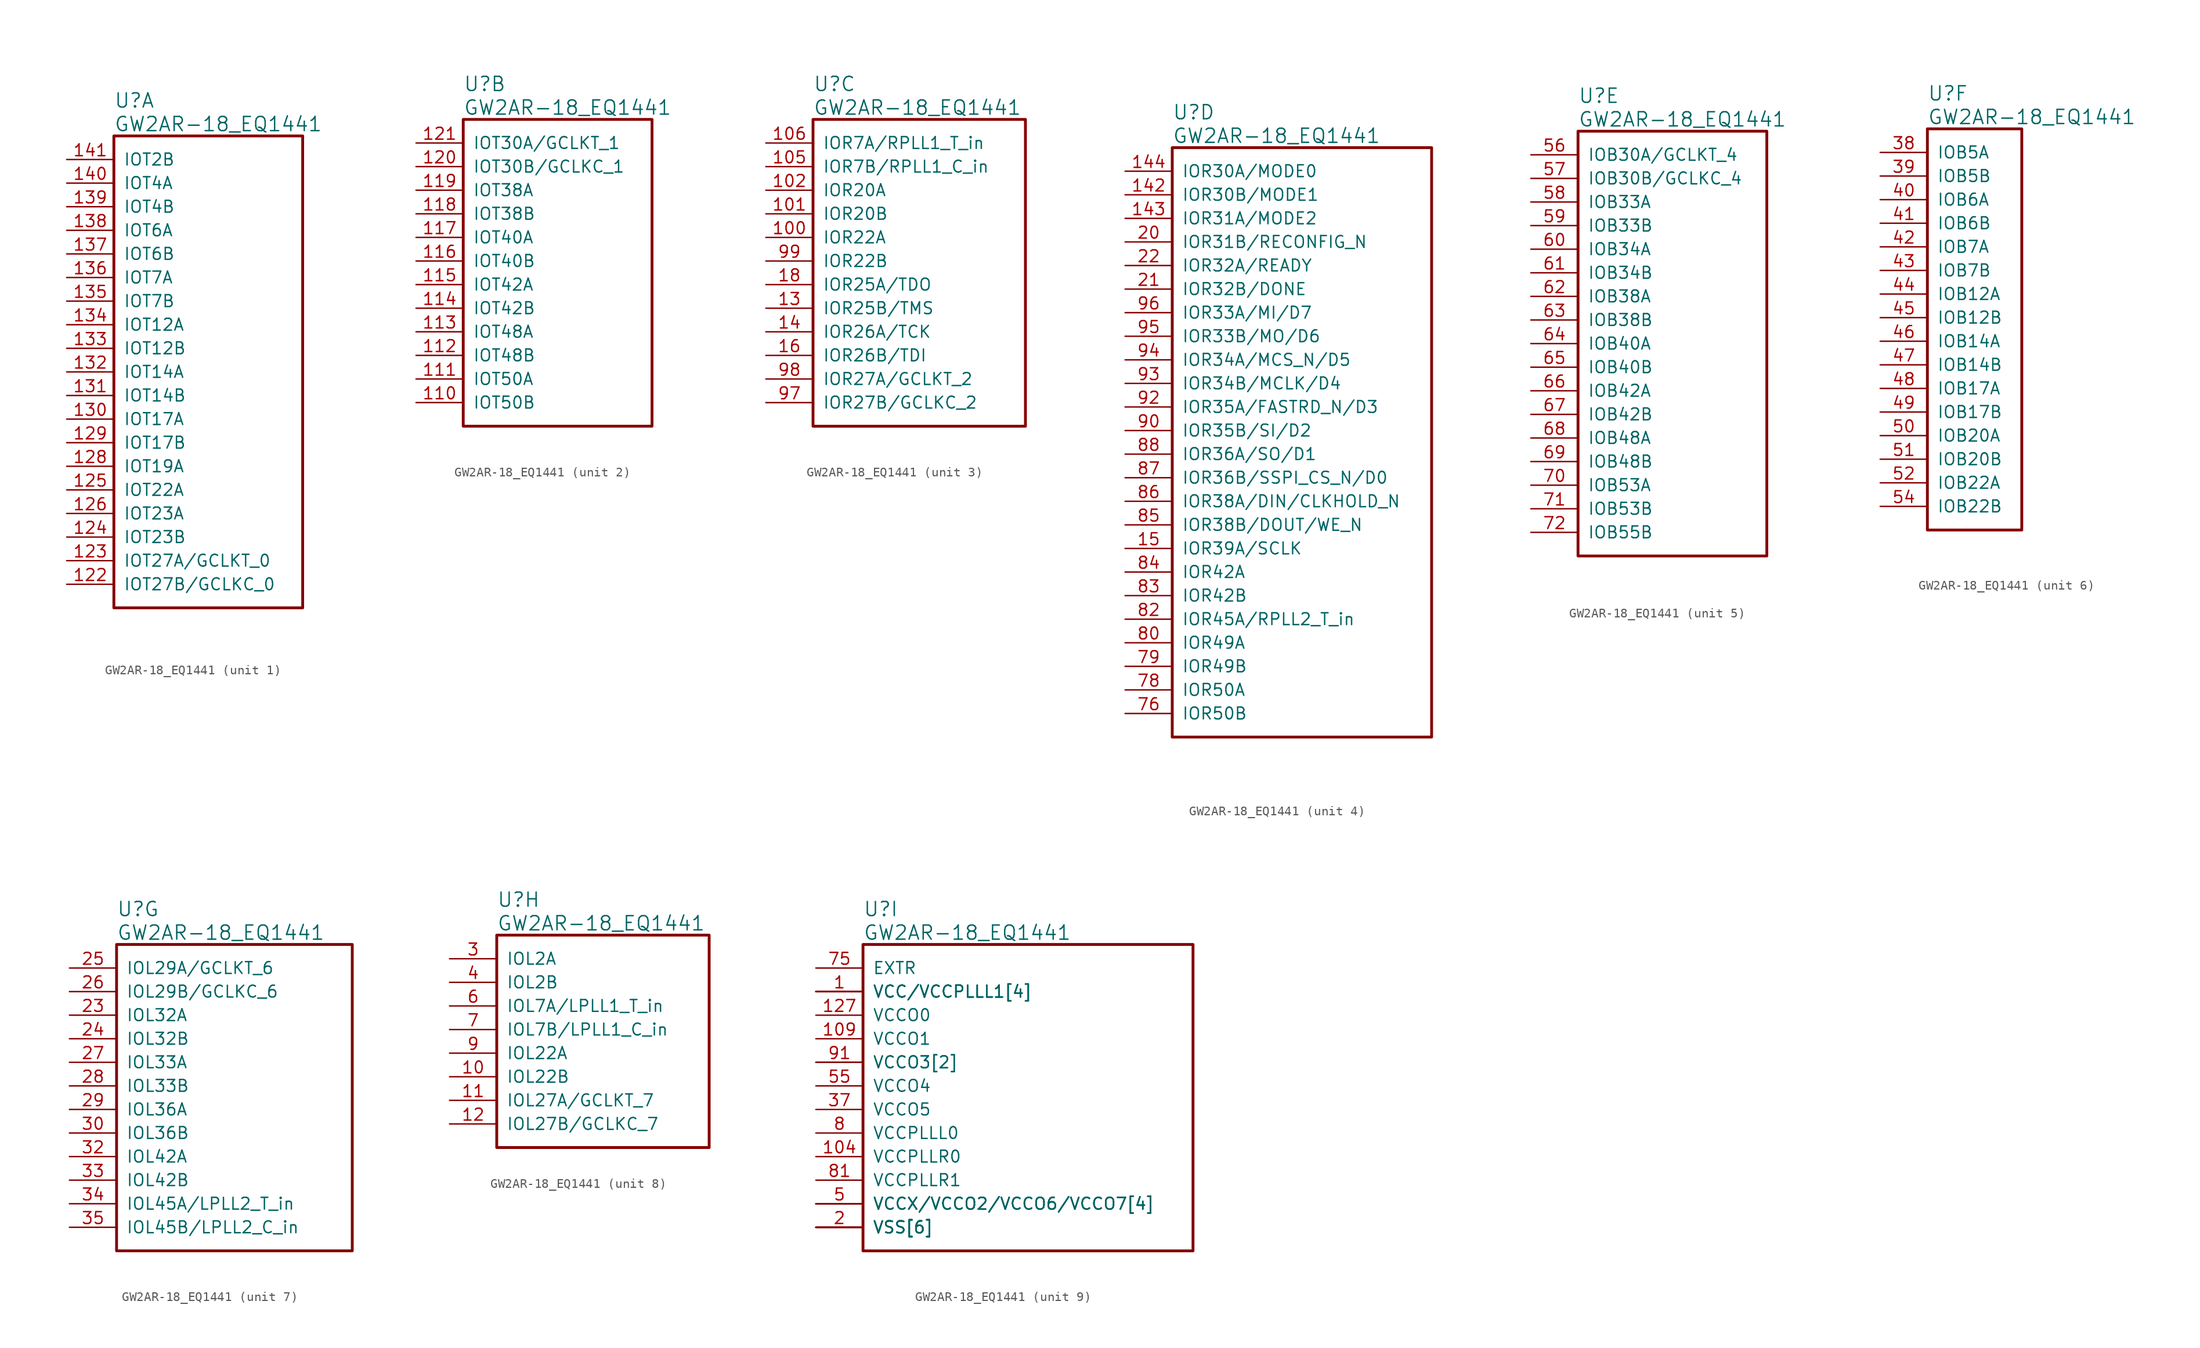
<source format=kicad_sym>
(kicad_symbol_lib
  (version 20241209)
  (generator "kicad_symbol_editor")
  (generator_version "9.0")
  (symbol "GW2AR-18_EQ1441"
    (pin_names
      (offset 1.016))
    (property "Reference" "U"
      (at 5.08 6.35 0)
      (effects (font (size 1.524 1.524)) (justify left)))
    (property "Value" "GW2AR-18_EQ1441"
      (at 5.08 3.81 0)
      (effects (font (size 1.524 1.524)) (justify left)))
    (property "ki_locked" ""
      (at 0 0 0)
      (effects (font (size 1.27 1.27))))
    (symbol "GW2AR-18_EQ1441_1_1"
      (rectangle (start 5.08 2.54) (end 25.4 -48.26) (stroke (width 0.305) (type solid)) (fill (type none)))
      (pin bidirectional line (at 0 0 0) (length 5.08) (name "IOT2B" (effects (font (size 1.27 1.27)))) (number "141" (effects (font (size 1.27 1.27)))))
      (pin bidirectional line (at 0 -2.54 0) (length 5.08) (name "IOT4A" (effects (font (size 1.27 1.27)))) (number "140" (effects (font (size 1.27 1.27)))))
      (pin bidirectional line (at 0 -5.08 0) (length 5.08) (name "IOT4B" (effects (font (size 1.27 1.27)))) (number "139" (effects (font (size 1.27 1.27)))))
      (pin bidirectional line (at 0 -7.62 0) (length 5.08) (name "IOT6A" (effects (font (size 1.27 1.27)))) (number "138" (effects (font (size 1.27 1.27)))))
      (pin bidirectional line (at 0 -10.16 0) (length 5.08) (name "IOT6B" (effects (font (size 1.27 1.27)))) (number "137" (effects (font (size 1.27 1.27)))))
      (pin bidirectional line (at 0 -12.7 0) (length 5.08) (name "IOT7A" (effects (font (size 1.27 1.27)))) (number "136" (effects (font (size 1.27 1.27)))))
      (pin bidirectional line (at 0 -15.24 0) (length 5.08) (name "IOT7B" (effects (font (size 1.27 1.27)))) (number "135" (effects (font (size 1.27 1.27)))))
      (pin bidirectional line (at 0 -17.78 0) (length 5.08) (name "IOT12A" (effects (font (size 1.27 1.27)))) (number "134" (effects (font (size 1.27 1.27)))))
      (pin bidirectional line (at 0 -20.32 0) (length 5.08) (name "IOT12B" (effects (font (size 1.27 1.27)))) (number "133" (effects (font (size 1.27 1.27)))))
      (pin bidirectional line (at 0 -22.86 0) (length 5.08) (name "IOT14A" (effects (font (size 1.27 1.27)))) (number "132" (effects (font (size 1.27 1.27)))))
      (pin bidirectional line (at 0 -25.4 0) (length 5.08) (name "IOT14B" (effects (font (size 1.27 1.27)))) (number "131" (effects (font (size 1.27 1.27)))))
      (pin bidirectional line (at 0 -27.94 0) (length 5.08) (name "IOT17A" (effects (font (size 1.27 1.27)))) (number "130" (effects (font (size 1.27 1.27)))))
      (pin bidirectional line (at 0 -30.48 0) (length 5.08) (name "IOT17B" (effects (font (size 1.27 1.27)))) (number "129" (effects (font (size 1.27 1.27)))))
      (pin bidirectional line (at 0 -33.02 0) (length 5.08) (name "IOT19A" (effects (font (size 1.27 1.27)))) (number "128" (effects (font (size 1.27 1.27)))))
      (pin bidirectional line (at 0 -35.56 0) (length 5.08) (name "IOT22A" (effects (font (size 1.27 1.27)))) (number "125" (effects (font (size 1.27 1.27)))))
      (pin bidirectional line (at 0 -38.1 0) (length 5.08) (name "IOT23A" (effects (font (size 1.27 1.27)))) (number "126" (effects (font (size 1.27 1.27)))))
      (pin bidirectional line (at 0 -40.64 0) (length 5.08) (name "IOT23B" (effects (font (size 1.27 1.27)))) (number "124" (effects (font (size 1.27 1.27)))))
      (pin bidirectional line (at 0 -43.18 0) (length 5.08) (name "IOT27A/GCLKT_0" (effects (font (size 1.27 1.27)))) (number "123" (effects (font (size 1.27 1.27)))))
      (pin bidirectional line (at 0 -45.72 0) (length 5.08) (name "IOT27B/GCLKC_0" (effects (font (size 1.27 1.27)))) (number "122" (effects (font (size 1.27 1.27))))))
    (symbol "GW2AR-18_EQ1441_2_1"
      (rectangle (start 5.08 2.54) (end 25.4 -30.48) (stroke (width 0.305) (type solid)) (fill (type none)))
      (pin bidirectional line (at 0 0 0) (length 5.08) (name "IOT30A/GCLKT_1" (effects (font (size 1.27 1.27)))) (number "121" (effects (font (size 1.27 1.27)))))
      (pin bidirectional line (at 0 -2.54 0) (length 5.08) (name "IOT30B/GCLKC_1" (effects (font (size 1.27 1.27)))) (number "120" (effects (font (size 1.27 1.27)))))
      (pin bidirectional line (at 0 -5.08 0) (length 5.08) (name "IOT38A" (effects (font (size 1.27 1.27)))) (number "119" (effects (font (size 1.27 1.27)))))
      (pin bidirectional line (at 0 -7.62 0) (length 5.08) (name "IOT38B" (effects (font (size 1.27 1.27)))) (number "118" (effects (font (size 1.27 1.27)))))
      (pin bidirectional line (at 0 -10.16 0) (length 5.08) (name "IOT40A" (effects (font (size 1.27 1.27)))) (number "117" (effects (font (size 1.27 1.27)))))
      (pin bidirectional line (at 0 -12.7 0) (length 5.08) (name "IOT40B" (effects (font (size 1.27 1.27)))) (number "116" (effects (font (size 1.27 1.27)))))
      (pin bidirectional line (at 0 -15.24 0) (length 5.08) (name "IOT42A" (effects (font (size 1.27 1.27)))) (number "115" (effects (font (size 1.27 1.27)))))
      (pin bidirectional line (at 0 -17.78 0) (length 5.08) (name "IOT42B" (effects (font (size 1.27 1.27)))) (number "114" (effects (font (size 1.27 1.27)))))
      (pin bidirectional line (at 0 -20.32 0) (length 5.08) (name "IOT48A" (effects (font (size 1.27 1.27)))) (number "113" (effects (font (size 1.27 1.27)))))
      (pin bidirectional line (at 0 -22.86 0) (length 5.08) (name "IOT48B" (effects (font (size 1.27 1.27)))) (number "112" (effects (font (size 1.27 1.27)))))
      (pin bidirectional line (at 0 -25.4 0) (length 5.08) (name "IOT50A" (effects (font (size 1.27 1.27)))) (number "111" (effects (font (size 1.27 1.27)))))
      (pin bidirectional line (at 0 -27.94 0) (length 5.08) (name "IOT50B" (effects (font (size 1.27 1.27)))) (number "110" (effects (font (size 1.27 1.27))))))
    (symbol "GW2AR-18_EQ1441_3_1"
      (rectangle (start 5.08 2.54) (end 27.94 -30.48) (stroke (width 0.305) (type solid)) (fill (type none)))
      (pin bidirectional line (at 0 0 0) (length 5.08) (name "IOR7A/RPLL1_T_in" (effects (font (size 1.27 1.27)))) (number "106" (effects (font (size 1.27 1.27)))))
      (pin bidirectional line (at 0 -2.54 0) (length 5.08) (name "IOR7B/RPLL1_C_in" (effects (font (size 1.27 1.27)))) (number "105" (effects (font (size 1.27 1.27)))))
      (pin bidirectional line (at 0 -5.08 0) (length 5.08) (name "IOR20A" (effects (font (size 1.27 1.27)))) (number "102" (effects (font (size 1.27 1.27)))))
      (pin bidirectional line (at 0 -7.62 0) (length 5.08) (name "IOR20B" (effects (font (size 1.27 1.27)))) (number "101" (effects (font (size 1.27 1.27)))))
      (pin bidirectional line (at 0 -10.16 0) (length 5.08) (name "IOR22A" (effects (font (size 1.27 1.27)))) (number "100" (effects (font (size 1.27 1.27)))))
      (pin bidirectional line (at 0 -12.7 0) (length 5.08) (name "IOR22B" (effects (font (size 1.27 1.27)))) (number "99" (effects (font (size 1.27 1.27)))))
      (pin bidirectional line (at 0 -15.24 0) (length 5.08) (name "IOR25A/TDO" (effects (font (size 1.27 1.27)))) (number "18" (effects (font (size 1.27 1.27)))))
      (pin bidirectional line (at 0 -17.78 0) (length 5.08) (name "IOR25B/TMS" (effects (font (size 1.27 1.27)))) (number "13" (effects (font (size 1.27 1.27)))))
      (pin bidirectional line (at 0 -20.32 0) (length 5.08) (name "IOR26A/TCK" (effects (font (size 1.27 1.27)))) (number "14" (effects (font (size 1.27 1.27)))))
      (pin bidirectional line (at 0 -22.86 0) (length 5.08) (name "IOR26B/TDI" (effects (font (size 1.27 1.27)))) (number "16" (effects (font (size 1.27 1.27)))))
      (pin bidirectional line (at 0 -25.4 0) (length 5.08) (name "IOR27A/GCLKT_2" (effects (font (size 1.27 1.27)))) (number "98" (effects (font (size 1.27 1.27)))))
      (pin bidirectional line (at 0 -27.94 0) (length 5.08) (name "IOR27B/GCLKC_2" (effects (font (size 1.27 1.27)))) (number "97" (effects (font (size 1.27 1.27))))))
    (symbol "GW2AR-18_EQ1441_4_1"
      (rectangle (start 5.08 2.54) (end 33.02 -60.96) (stroke (width 0.305) (type solid)) (fill (type none)))
      (pin bidirectional line (at 0 0 0) (length 5.08) (name "IOR30A/MODE0" (effects (font (size 1.27 1.27)))) (number "144" (effects (font (size 1.27 1.27)))))
      (pin bidirectional line (at 0 -2.54 0) (length 5.08) (name "IOR30B/MODE1" (effects (font (size 1.27 1.27)))) (number "142" (effects (font (size 1.27 1.27)))))
      (pin bidirectional line (at 0 -5.08 0) (length 5.08) (name "IOR31A/MODE2" (effects (font (size 1.27 1.27)))) (number "143" (effects (font (size 1.27 1.27)))))
      (pin bidirectional line (at 0 -7.62 0) (length 5.08) (name "IOR31B/RECONFIG_N" (effects (font (size 1.27 1.27)))) (number "20" (effects (font (size 1.27 1.27)))))
      (pin bidirectional line (at 0 -10.16 0) (length 5.08) (name "IOR32A/READY" (effects (font (size 1.27 1.27)))) (number "22" (effects (font (size 1.27 1.27)))))
      (pin bidirectional line (at 0 -12.7 0) (length 5.08) (name "IOR32B/DONE" (effects (font (size 1.27 1.27)))) (number "21" (effects (font (size 1.27 1.27)))))
      (pin bidirectional line (at 0 -15.24 0) (length 5.08) (name "IOR33A/MI/D7" (effects (font (size 1.27 1.27)))) (number "96" (effects (font (size 1.27 1.27)))))
      (pin bidirectional line (at 0 -17.78 0) (length 5.08) (name "IOR33B/MO/D6" (effects (font (size 1.27 1.27)))) (number "95" (effects (font (size 1.27 1.27)))))
      (pin bidirectional line (at 0 -20.32 0) (length 5.08) (name "IOR34A/MCS_N/D5" (effects (font (size 1.27 1.27)))) (number "94" (effects (font (size 1.27 1.27)))))
      (pin bidirectional line (at 0 -22.86 0) (length 5.08) (name "IOR34B/MCLK/D4" (effects (font (size 1.27 1.27)))) (number "93" (effects (font (size 1.27 1.27)))))
      (pin bidirectional line (at 0 -25.4 0) (length 5.08) (name "IOR35A/FASTRD_N/D3" (effects (font (size 1.27 1.27)))) (number "92" (effects (font (size 1.27 1.27)))))
      (pin bidirectional line (at 0 -27.94 0) (length 5.08) (name "IOR35B/SI/D2" (effects (font (size 1.27 1.27)))) (number "90" (effects (font (size 1.27 1.27)))))
      (pin bidirectional line (at 0 -30.48 0) (length 5.08) (name "IOR36A/SO/D1" (effects (font (size 1.27 1.27)))) (number "88" (effects (font (size 1.27 1.27)))))
      (pin bidirectional line (at 0 -33.02 0) (length 5.08) (name "IOR36B/SSPI_CS_N/D0" (effects (font (size 1.27 1.27)))) (number "87" (effects (font (size 1.27 1.27)))))
      (pin bidirectional line (at 0 -35.56 0) (length 5.08) (name "IOR38A/DIN/CLKHOLD_N" (effects (font (size 1.27 1.27)))) (number "86" (effects (font (size 1.27 1.27)))))
      (pin bidirectional line (at 0 -38.1 0) (length 5.08) (name "IOR38B/DOUT/WE_N" (effects (font (size 1.27 1.27)))) (number "85" (effects (font (size 1.27 1.27)))))
      (pin bidirectional line (at 0 -40.64 0) (length 5.08) (name "IOR39A/SCLK" (effects (font (size 1.27 1.27)))) (number "15" (effects (font (size 1.27 1.27)))))
      (pin bidirectional line (at 0 -43.18 0) (length 5.08) (name "IOR42A" (effects (font (size 1.27 1.27)))) (number "84" (effects (font (size 1.27 1.27)))))
      (pin bidirectional line (at 0 -45.72 0) (length 5.08) (name "IOR42B" (effects (font (size 1.27 1.27)))) (number "83" (effects (font (size 1.27 1.27)))))
      (pin bidirectional line (at 0 -48.26 0) (length 5.08) (name "IOR45A/RPLL2_T_in" (effects (font (size 1.27 1.27)))) (number "82" (effects (font (size 1.27 1.27)))))
      (pin bidirectional line (at 0 -50.8 0) (length 5.08) (name "IOR49A" (effects (font (size 1.27 1.27)))) (number "80" (effects (font (size 1.27 1.27)))))
      (pin bidirectional line (at 0 -53.34 0) (length 5.08) (name "IOR49B" (effects (font (size 1.27 1.27)))) (number "79" (effects (font (size 1.27 1.27)))))
      (pin bidirectional line (at 0 -55.88 0) (length 5.08) (name "IOR50A" (effects (font (size 1.27 1.27)))) (number "78" (effects (font (size 1.27 1.27)))))
      (pin bidirectional line (at 0 -58.42 0) (length 5.08) (name "IOR50B" (effects (font (size 1.27 1.27)))) (number "76" (effects (font (size 1.27 1.27))))))
    (symbol "GW2AR-18_EQ1441_5_1"
      (rectangle (start 5.08 2.54) (end 25.4 -43.18) (stroke (width 0.305) (type solid)) (fill (type none)))
      (pin bidirectional line (at 0 0 0) (length 5.08) (name "IOB30A/GCLKT_4" (effects (font (size 1.27 1.27)))) (number "56" (effects (font (size 1.27 1.27)))))
      (pin bidirectional line (at 0 -2.54 0) (length 5.08) (name "IOB30B/GCLKC_4" (effects (font (size 1.27 1.27)))) (number "57" (effects (font (size 1.27 1.27)))))
      (pin bidirectional line (at 0 -5.08 0) (length 5.08) (name "IOB33A" (effects (font (size 1.27 1.27)))) (number "58" (effects (font (size 1.27 1.27)))))
      (pin bidirectional line (at 0 -7.62 0) (length 5.08) (name "IOB33B" (effects (font (size 1.27 1.27)))) (number "59" (effects (font (size 1.27 1.27)))))
      (pin bidirectional line (at 0 -10.16 0) (length 5.08) (name "IOB34A" (effects (font (size 1.27 1.27)))) (number "60" (effects (font (size 1.27 1.27)))))
      (pin bidirectional line (at 0 -12.7 0) (length 5.08) (name "IOB34B" (effects (font (size 1.27 1.27)))) (number "61" (effects (font (size 1.27 1.27)))))
      (pin bidirectional line (at 0 -15.24 0) (length 5.08) (name "IOB38A" (effects (font (size 1.27 1.27)))) (number "62" (effects (font (size 1.27 1.27)))))
      (pin bidirectional line (at 0 -17.78 0) (length 5.08) (name "IOB38B" (effects (font (size 1.27 1.27)))) (number "63" (effects (font (size 1.27 1.27)))))
      (pin bidirectional line (at 0 -20.32 0) (length 5.08) (name "IOB40A" (effects (font (size 1.27 1.27)))) (number "64" (effects (font (size 1.27 1.27)))))
      (pin bidirectional line (at 0 -22.86 0) (length 5.08) (name "IOB40B" (effects (font (size 1.27 1.27)))) (number "65" (effects (font (size 1.27 1.27)))))
      (pin bidirectional line (at 0 -25.4 0) (length 5.08) (name "IOB42A" (effects (font (size 1.27 1.27)))) (number "66" (effects (font (size 1.27 1.27)))))
      (pin bidirectional line (at 0 -27.94 0) (length 5.08) (name "IOB42B" (effects (font (size 1.27 1.27)))) (number "67" (effects (font (size 1.27 1.27)))))
      (pin bidirectional line (at 0 -30.48 0) (length 5.08) (name "IOB48A" (effects (font (size 1.27 1.27)))) (number "68" (effects (font (size 1.27 1.27)))))
      (pin bidirectional line (at 0 -33.02 0) (length 5.08) (name "IOB48B" (effects (font (size 1.27 1.27)))) (number "69" (effects (font (size 1.27 1.27)))))
      (pin bidirectional line (at 0 -35.56 0) (length 5.08) (name "IOB53A" (effects (font (size 1.27 1.27)))) (number "70" (effects (font (size 1.27 1.27)))))
      (pin bidirectional line (at 0 -38.1 0) (length 5.08) (name "IOB53B" (effects (font (size 1.27 1.27)))) (number "71" (effects (font (size 1.27 1.27)))))
      (pin bidirectional line (at 0 -40.64 0) (length 5.08) (name "IOB55B" (effects (font (size 1.27 1.27)))) (number "72" (effects (font (size 1.27 1.27))))))
    (symbol "GW2AR-18_EQ1441_6_1"
      (rectangle (start 5.08 2.54) (end 15.24 -40.64) (stroke (width 0.305) (type solid)) (fill (type none)))
      (pin bidirectional line (at 0 0 0) (length 5.08) (name "IOB5A" (effects (font (size 1.27 1.27)))) (number "38" (effects (font (size 1.27 1.27)))))
      (pin bidirectional line (at 0 -2.54 0) (length 5.08) (name "IOB5B" (effects (font (size 1.27 1.27)))) (number "39" (effects (font (size 1.27 1.27)))))
      (pin bidirectional line (at 0 -5.08 0) (length 5.08) (name "IOB6A" (effects (font (size 1.27 1.27)))) (number "40" (effects (font (size 1.27 1.27)))))
      (pin bidirectional line (at 0 -7.62 0) (length 5.08) (name "IOB6B" (effects (font (size 1.27 1.27)))) (number "41" (effects (font (size 1.27 1.27)))))
      (pin bidirectional line (at 0 -10.16 0) (length 5.08) (name "IOB7A" (effects (font (size 1.27 1.27)))) (number "42" (effects (font (size 1.27 1.27)))))
      (pin bidirectional line (at 0 -12.7 0) (length 5.08) (name "IOB7B" (effects (font (size 1.27 1.27)))) (number "43" (effects (font (size 1.27 1.27)))))
      (pin bidirectional line (at 0 -15.24 0) (length 5.08) (name "IOB12A" (effects (font (size 1.27 1.27)))) (number "44" (effects (font (size 1.27 1.27)))))
      (pin bidirectional line (at 0 -17.78 0) (length 5.08) (name "IOB12B" (effects (font (size 1.27 1.27)))) (number "45" (effects (font (size 1.27 1.27)))))
      (pin bidirectional line (at 0 -20.32 0) (length 5.08) (name "IOB14A" (effects (font (size 1.27 1.27)))) (number "46" (effects (font (size 1.27 1.27)))))
      (pin bidirectional line (at 0 -22.86 0) (length 5.08) (name "IOB14B" (effects (font (size 1.27 1.27)))) (number "47" (effects (font (size 1.27 1.27)))))
      (pin bidirectional line (at 0 -25.4 0) (length 5.08) (name "IOB17A" (effects (font (size 1.27 1.27)))) (number "48" (effects (font (size 1.27 1.27)))))
      (pin bidirectional line (at 0 -27.94 0) (length 5.08) (name "IOB17B" (effects (font (size 1.27 1.27)))) (number "49" (effects (font (size 1.27 1.27)))))
      (pin bidirectional line (at 0 -30.48 0) (length 5.08) (name "IOB20A" (effects (font (size 1.27 1.27)))) (number "50" (effects (font (size 1.27 1.27)))))
      (pin bidirectional line (at 0 -33.02 0) (length 5.08) (name "IOB20B" (effects (font (size 1.27 1.27)))) (number "51" (effects (font (size 1.27 1.27)))))
      (pin bidirectional line (at 0 -35.56 0) (length 5.08) (name "IOB22A" (effects (font (size 1.27 1.27)))) (number "52" (effects (font (size 1.27 1.27)))))
      (pin bidirectional line (at 0 -38.1 0) (length 5.08) (name "IOB22B" (effects (font (size 1.27 1.27)))) (number "54" (effects (font (size 1.27 1.27))))))
    (symbol "GW2AR-18_EQ1441_7_1"
      (rectangle (start 5.08 2.54) (end 30.48 -30.48) (stroke (width 0.305) (type solid)) (fill (type none)))
      (pin bidirectional line (at 0 0 0) (length 5.08) (name "IOL29A/GCLKT_6" (effects (font (size 1.27 1.27)))) (number "25" (effects (font (size 1.27 1.27)))))
      (pin bidirectional line (at 0 -2.54 0) (length 5.08) (name "IOL29B/GCLKC_6" (effects (font (size 1.27 1.27)))) (number "26" (effects (font (size 1.27 1.27)))))
      (pin bidirectional line (at 0 -5.08 0) (length 5.08) (name "IOL32A" (effects (font (size 1.27 1.27)))) (number "23" (effects (font (size 1.27 1.27)))))
      (pin bidirectional line (at 0 -7.62 0) (length 5.08) (name "IOL32B" (effects (font (size 1.27 1.27)))) (number "24" (effects (font (size 1.27 1.27)))))
      (pin bidirectional line (at 0 -10.16 0) (length 5.08) (name "IOL33A" (effects (font (size 1.27 1.27)))) (number "27" (effects (font (size 1.27 1.27)))))
      (pin bidirectional line (at 0 -12.7 0) (length 5.08) (name "IOL33B" (effects (font (size 1.27 1.27)))) (number "28" (effects (font (size 1.27 1.27)))))
      (pin bidirectional line (at 0 -15.24 0) (length 5.08) (name "IOL36A" (effects (font (size 1.27 1.27)))) (number "29" (effects (font (size 1.27 1.27)))))
      (pin bidirectional line (at 0 -17.78 0) (length 5.08) (name "IOL36B" (effects (font (size 1.27 1.27)))) (number "30" (effects (font (size 1.27 1.27)))))
      (pin bidirectional line (at 0 -20.32 0) (length 5.08) (name "IOL42A" (effects (font (size 1.27 1.27)))) (number "32" (effects (font (size 1.27 1.27)))))
      (pin bidirectional line (at 0 -22.86 0) (length 5.08) (name "IOL42B" (effects (font (size 1.27 1.27)))) (number "33" (effects (font (size 1.27 1.27)))))
      (pin bidirectional line (at 0 -25.4 0) (length 5.08) (name "IOL45A/LPLL2_T_in" (effects (font (size 1.27 1.27)))) (number "34" (effects (font (size 1.27 1.27)))))
      (pin bidirectional line (at 0 -27.94 0) (length 5.08) (name "IOL45B/LPLL2_C_in" (effects (font (size 1.27 1.27)))) (number "35" (effects (font (size 1.27 1.27))))))
    (symbol "GW2AR-18_EQ1441_8_1"
      (rectangle (start 5.08 2.54) (end 27.94 -20.32) (stroke (width 0.305) (type solid)) (fill (type none)))
      (pin bidirectional line (at 0 0 0) (length 5.08) (name "IOL2A" (effects (font (size 1.27 1.27)))) (number "3" (effects (font (size 1.27 1.27)))))
      (pin bidirectional line (at 0 -2.54 0) (length 5.08) (name "IOL2B" (effects (font (size 1.27 1.27)))) (number "4" (effects (font (size 1.27 1.27)))))
      (pin bidirectional line (at 0 -5.08 0) (length 5.08) (name "IOL7A/LPLL1_T_in" (effects (font (size 1.27 1.27)))) (number "6" (effects (font (size 1.27 1.27)))))
      (pin bidirectional line (at 0 -7.62 0) (length 5.08) (name "IOL7B/LPLL1_C_in" (effects (font (size 1.27 1.27)))) (number "7" (effects (font (size 1.27 1.27)))))
      (pin bidirectional line (at 0 -10.16 0) (length 5.08) (name "IOL22A" (effects (font (size 1.27 1.27)))) (number "9" (effects (font (size 1.27 1.27)))))
      (pin bidirectional line (at 0 -12.7 0) (length 5.08) (name "IOL22B" (effects (font (size 1.27 1.27)))) (number "10" (effects (font (size 1.27 1.27)))))
      (pin bidirectional line (at 0 -15.24 0) (length 5.08) (name "IOL27A/GCLKT_7" (effects (font (size 1.27 1.27)))) (number "11" (effects (font (size 1.27 1.27)))))
      (pin bidirectional line (at 0 -17.78 0) (length 5.08) (name "IOL27B/GCLKC_7" (effects (font (size 1.27 1.27)))) (number "12" (effects (font (size 1.27 1.27))))))
    (symbol "GW2AR-18_EQ1441_9_1"
      (rectangle (start 5.08 2.54) (end 40.64 -30.48) (stroke (width 0.305) (type solid)) (fill (type none)))
      (pin power_in line (at 0 0 0) (length 5.08) (name "EXTR" (effects (font (size 1.27 1.27)))) (number "75" (effects (font (size 1.27 1.27)))))
      (pin power_in line (at 0 -2.54 0) (length 5.08) (name "VCC/VCCPLLL1[4]" (effects (font (size 1.27 1.27)))) (number "1" (effects (font (size 1.27 1.27)))))
      (pin power_in line (at 0 -2.54 0) (length 5.08) (name "VCC/VCCPLLL1[4]" (effects (font (size 1.27 1.27)))) (number "108" (effects (font (size 0 0)))))
      (pin power_in line (at 0 -2.54 0) (length 5.08) (name "VCC/VCCPLLL1[4]" (effects (font (size 1.27 1.27)))) (number "36" (effects (font (size 0 0)))))
      (pin power_in line (at 0 -2.54 0) (length 5.08) (name "VCC/VCCPLLL1[4]" (effects (font (size 1.27 1.27)))) (number "73" (effects (font (size 0 0)))))
      (pin power_in line (at 0 -5.08 0) (length 5.08) (name "VCCO0" (effects (font (size 1.27 1.27)))) (number "127" (effects (font (size 1.27 1.27)))))
      (pin power_in line (at 0 -7.62 0) (length 5.08) (name "VCCO1" (effects (font (size 1.27 1.27)))) (number "109" (effects (font (size 1.27 1.27)))))
      (pin power_in line (at 0 -10.16 0) (length 5.08) (name "VCCO3[2]" (effects (font (size 1.27 1.27)))) (number "77" (effects (font (size 0 0)))))
      (pin power_in line (at 0 -10.16 0) (length 5.08) (name "VCCO3[2]" (effects (font (size 1.27 1.27)))) (number "91" (effects (font (size 1.27 1.27)))))
      (pin power_in line (at 0 -12.7 0) (length 5.08) (name "VCCO4" (effects (font (size 1.27 1.27)))) (number "55" (effects (font (size 1.27 1.27)))))
      (pin power_in line (at 0 -15.24 0) (length 5.08) (name "VCCO5" (effects (font (size 1.27 1.27)))) (number "37" (effects (font (size 1.27 1.27)))))
      (pin power_in line (at 0 -17.78 0) (length 5.08) (name "VCCPLLL0" (effects (font (size 1.27 1.27)))) (number "8" (effects (font (size 1.27 1.27)))))
      (pin power_in line (at 0 -20.32 0) (length 5.08) (name "VCCPLLR0" (effects (font (size 1.27 1.27)))) (number "104" (effects (font (size 1.27 1.27)))))
      (pin power_in line (at 0 -22.86 0) (length 5.08) (name "VCCPLLR1" (effects (font (size 1.27 1.27)))) (number "81" (effects (font (size 1.27 1.27)))))
      (pin power_in line (at 0 -25.4 0) (length 5.08) (name "VCCX/VCCO2/VCCO6/VCCO7[4]" (effects (font (size 1.27 1.27)))) (number "103" (effects (font (size 0 0)))))
      (pin power_in line (at 0 -25.4 0) (length 5.08) (name "VCCX/VCCO2/VCCO6/VCCO7[4]" (effects (font (size 1.27 1.27)))) (number "19" (effects (font (size 0 0)))))
      (pin power_in line (at 0 -25.4 0) (length 5.08) (name "VCCX/VCCO2/VCCO6/VCCO7[4]" (effects (font (size 1.27 1.27)))) (number "31" (effects (font (size 0 0)))))
      (pin power_in line (at 0 -25.4 0) (length 5.08) (name "VCCX/VCCO2/VCCO6/VCCO7[4]" (effects (font (size 1.27 1.27)))) (number "5" (effects (font (size 1.27 1.27)))))
      (pin power_in line (at 0 -27.94 0) (length 5.08) (name "VSS[6]" (effects (font (size 1.27 1.27)))) (number "107" (effects (font (size 0 0)))))
      (pin power_in line (at 0 -27.94 0) (length 5.08) (name "VSS[6]" (effects (font (size 1.27 1.27)))) (number "17" (effects (font (size 0 0)))))
      (pin power_in line (at 0 -27.94 0) (length 5.08) (name "VSS[6]" (effects (font (size 1.27 1.27)))) (number "2" (effects (font (size 1.27 1.27)))))
      (pin power_in line (at 0 -27.94 0) (length 5.08) (name "VSS[6]" (effects (font (size 1.27 1.27)))) (number "53" (effects (font (size 0 0)))))
      (pin power_in line (at 0 -27.94 0) (length 5.08) (name "VSS[6]" (effects (font (size 1.27 1.27)))) (number "74" (effects (font (size 0 0)))))
      (pin power_in line (at 0 -27.94 0) (length 5.08) (name "VSS[6]" (effects (font (size 1.27 1.27)))) (number "89" (effects (font (size 0 0))))))))
</source>
